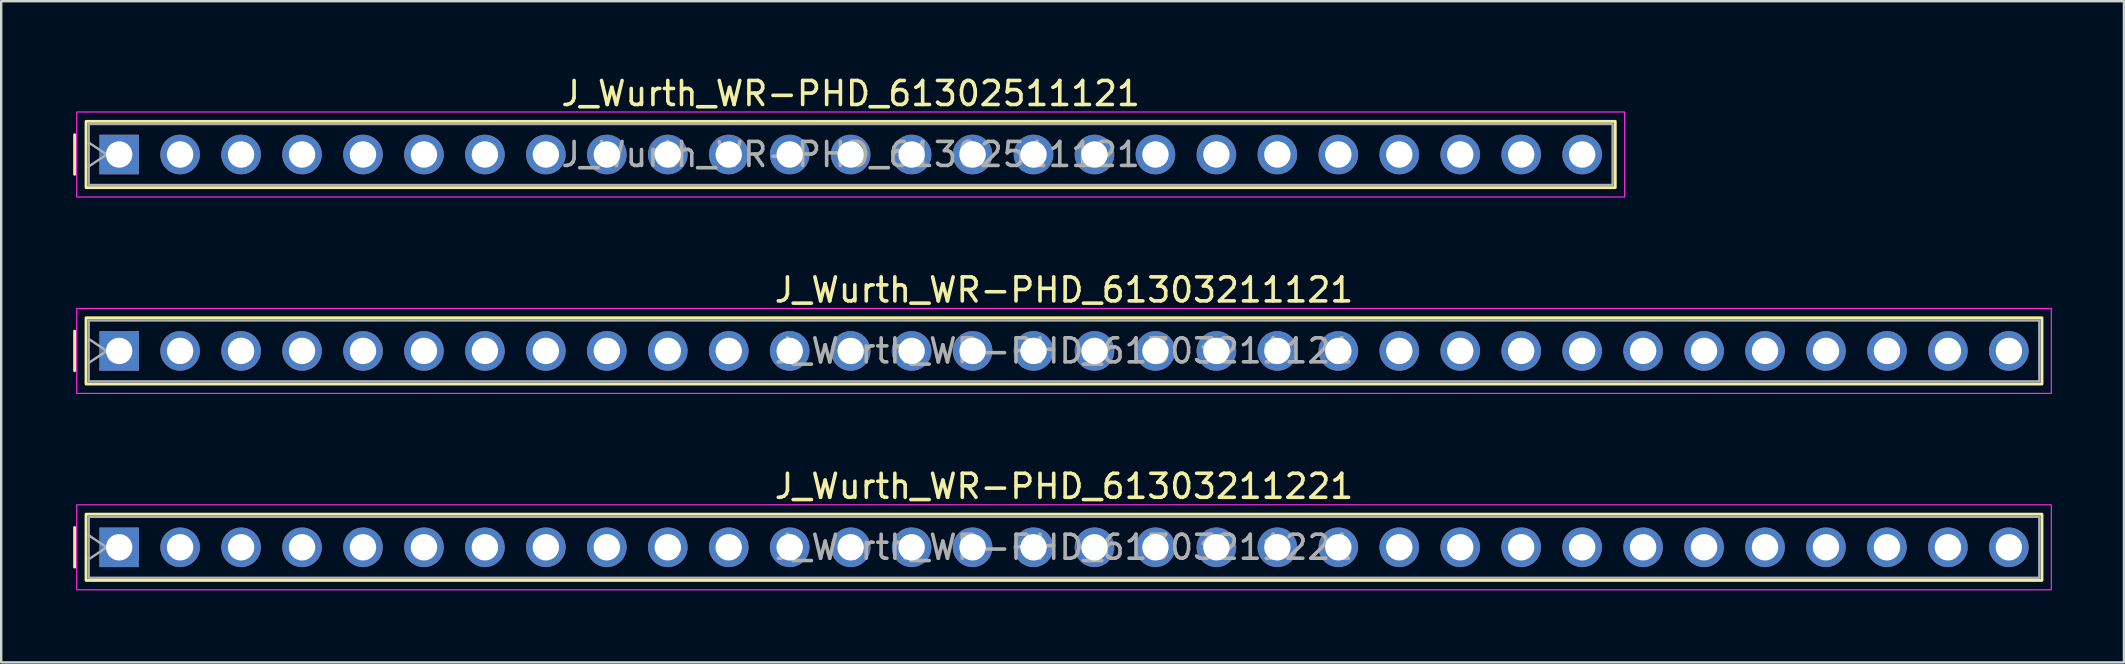
<source format=kicad_pcb>
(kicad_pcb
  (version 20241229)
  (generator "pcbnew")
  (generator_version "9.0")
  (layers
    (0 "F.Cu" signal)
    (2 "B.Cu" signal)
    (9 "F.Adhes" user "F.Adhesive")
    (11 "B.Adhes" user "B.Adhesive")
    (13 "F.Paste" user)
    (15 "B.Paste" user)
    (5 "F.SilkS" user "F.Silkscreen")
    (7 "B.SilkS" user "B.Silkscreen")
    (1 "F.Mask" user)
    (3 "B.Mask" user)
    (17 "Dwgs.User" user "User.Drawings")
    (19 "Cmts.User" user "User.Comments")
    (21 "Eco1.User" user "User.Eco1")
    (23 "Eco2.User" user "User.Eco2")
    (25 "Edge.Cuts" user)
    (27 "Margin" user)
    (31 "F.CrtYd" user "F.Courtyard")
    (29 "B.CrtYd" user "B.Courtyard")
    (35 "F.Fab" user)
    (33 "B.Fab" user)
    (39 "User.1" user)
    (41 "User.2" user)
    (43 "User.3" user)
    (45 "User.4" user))
  (footprint "J_Wurth_WR-PHD_61303211221"
    (layer "F.Cu")
    (at 1.915 19.755)
    (property "Reference" "J_Wurth_WR-PHD_61303211221" (at 39.37 -2.54 0) (unlocked yes) (layer "F.SilkS") (effects (font (size 1 1) (thickness 0.15))))
    (attr through_hole)
    (fp_line (start -1.855 -0.825) (end -1.855 0.825) (stroke (width 0.12) (type solid)) (layer "F.SilkS"))
    (fp_rect (start -1.38 -1.38) (end 80.12 1.38) (stroke (width 0.12) (type solid)) (fill no) (layer "F.SilkS"))
    (fp_rect (start -1.77 -1.77) (end 80.51 1.77) (stroke (width 0.05) (type solid)) (fill no) (layer "F.CrtYd"))
    (fp_line (start -1.27 -0.5) (end -0.52 0) (stroke (width 0.1) (type solid)) (layer "F.Fab"))
    (fp_line (start -0.52 0) (end -1.27 0.5) (stroke (width 0.1) (type solid)) (layer "F.Fab"))
    (fp_rect (start -1.27 -1.27) (end 80.01 1.27) (stroke (width 0.1) (type solid)) (fill no) (layer "F.Fab"))
    (fp_text user "${REFERENCE}" (at 39.37 0 0) (unlocked yes) (layer "F.Fab") (effects (font (size 1 1) (thickness 0.15))))
    (pad "1" thru_hole rect (at 0 0) (size 1.65 1.65) (drill 1.1) (layers "*.Cu" "*.Mask"))
    (pad "2" thru_hole circle (at 2.54 0) (size 1.65 1.65) (drill 1.1) (layers "*.Cu" "*.Mask"))
    (pad "3" thru_hole circle (at 5.08 0) (size 1.65 1.65) (drill 1.1) (layers "*.Cu" "*.Mask"))
    (pad "4" thru_hole circle (at 7.62 0) (size 1.65 1.65) (drill 1.1) (layers "*.Cu" "*.Mask"))
    (pad "5" thru_hole circle (at 10.16 0) (size 1.65 1.65) (drill 1.1) (layers "*.Cu" "*.Mask"))
    (pad "6" thru_hole circle (at 12.7 0) (size 1.65 1.65) (drill 1.1) (layers "*.Cu" "*.Mask"))
    (pad "7" thru_hole circle (at 15.24 0) (size 1.65 1.65) (drill 1.1) (layers "*.Cu" "*.Mask"))
    (pad "8" thru_hole circle (at 17.78 0) (size 1.65 1.65) (drill 1.1) (layers "*.Cu" "*.Mask"))
    (pad "9" thru_hole circle (at 20.32 0) (size 1.65 1.65) (drill 1.1) (layers "*.Cu" "*.Mask"))
    (pad "10" thru_hole circle (at 22.86 0) (size 1.65 1.65) (drill 1.1) (layers "*.Cu" "*.Mask"))
    (pad "11" thru_hole circle (at 25.4 0) (size 1.65 1.65) (drill 1.1) (layers "*.Cu" "*.Mask"))
    (pad "12" thru_hole circle (at 27.94 0) (size 1.65 1.65) (drill 1.1) (layers "*.Cu" "*.Mask"))
    (pad "13" thru_hole circle (at 30.48 0) (size 1.65 1.65) (drill 1.1) (layers "*.Cu" "*.Mask"))
    (pad "14" thru_hole circle (at 33.02 0) (size 1.65 1.65) (drill 1.1) (layers "*.Cu" "*.Mask"))
    (pad "15" thru_hole circle (at 35.56 0) (size 1.65 1.65) (drill 1.1) (layers "*.Cu" "*.Mask"))
    (pad "16" thru_hole circle (at 38.1 0) (size 1.65 1.65) (drill 1.1) (layers "*.Cu" "*.Mask"))
    (pad "17" thru_hole circle (at 40.64 0) (size 1.65 1.65) (drill 1.1) (layers "*.Cu" "*.Mask"))
    (pad "18" thru_hole circle (at 43.18 0) (size 1.65 1.65) (drill 1.1) (layers "*.Cu" "*.Mask"))
    (pad "19" thru_hole circle (at 45.72 0) (size 1.65 1.65) (drill 1.1) (layers "*.Cu" "*.Mask"))
    (pad "20" thru_hole circle (at 48.26 0) (size 1.65 1.65) (drill 1.1) (layers "*.Cu" "*.Mask"))
    (pad "21" thru_hole circle (at 50.8 0) (size 1.65 1.65) (drill 1.1) (layers "*.Cu" "*.Mask"))
    (pad "22" thru_hole circle (at 53.34 0) (size 1.65 1.65) (drill 1.1) (layers "*.Cu" "*.Mask"))
    (pad "23" thru_hole circle (at 55.88 0) (size 1.65 1.65) (drill 1.1) (layers "*.Cu" "*.Mask"))
    (pad "24" thru_hole circle (at 58.42 0) (size 1.65 1.65) (drill 1.1) (layers "*.Cu" "*.Mask"))
    (pad "25" thru_hole circle (at 60.96 0) (size 1.65 1.65) (drill 1.1) (layers "*.Cu" "*.Mask"))
    (pad "26" thru_hole circle (at 63.5 0) (size 1.65 1.65) (drill 1.1) (layers "*.Cu" "*.Mask"))
    (pad "27" thru_hole circle (at 66.04 0) (size 1.65 1.65) (drill 1.1) (layers "*.Cu" "*.Mask"))
    (pad "28" thru_hole circle (at 68.58 0) (size 1.65 1.65) (drill 1.1) (layers "*.Cu" "*.Mask"))
    (pad "29" thru_hole circle (at 71.12 0) (size 1.65 1.65) (drill 1.1) (layers "*.Cu" "*.Mask"))
    (pad "30" thru_hole circle (at 73.66 0) (size 1.65 1.65) (drill 1.1) (layers "*.Cu" "*.Mask"))
    (pad "31" thru_hole circle (at 76.2 0) (size 1.65 1.65) (drill 1.1) (layers "*.Cu" "*.Mask"))
    (pad "32" thru_hole circle (at 78.74 0) (size 1.65 1.65) (drill 1.1) (layers "*.Cu" "*.Mask")))
  (footprint "J_Wurth_WR-PHD_61302511121"
    (layer "F.Cu")
    (at 1.915 3.388)
    (property "Reference" "J_Wurth_WR-PHD_61302511121" (at 30.48 -2.54 0) (unlocked yes) (layer "F.SilkS") (effects (font (size 1 1) (thickness 0.15))))
    (attr through_hole)
    (fp_line (start -1.855 -0.825) (end -1.855 0.825) (stroke (width 0.12) (type solid)) (layer "F.SilkS"))
    (fp_rect (start -1.38 -1.38) (end 62.34 1.38) (stroke (width 0.12) (type solid)) (fill no) (layer "F.SilkS"))
    (fp_rect (start -1.77 -1.77) (end 62.73 1.77) (stroke (width 0.05) (type solid)) (fill no) (layer "F.CrtYd"))
    (fp_line (start -1.27 -0.5) (end -0.52 0) (stroke (width 0.1) (type solid)) (layer "F.Fab"))
    (fp_line (start -0.52 0) (end -1.27 0.5) (stroke (width 0.1) (type solid)) (layer "F.Fab"))
    (fp_rect (start -1.27 -1.27) (end 62.23 1.27) (stroke (width 0.1) (type solid)) (fill no) (layer "F.Fab"))
    (fp_text user "${REFERENCE}" (at 30.48 0 0) (unlocked yes) (layer "F.Fab") (effects (font (size 1 1) (thickness 0.15))))
    (pad "1" thru_hole rect (at 0 0) (size 1.65 1.65) (drill 1.1) (layers "*.Cu" "*.Mask"))
    (pad "2" thru_hole circle (at 2.54 0) (size 1.65 1.65) (drill 1.1) (layers "*.Cu" "*.Mask"))
    (pad "3" thru_hole circle (at 5.08 0) (size 1.65 1.65) (drill 1.1) (layers "*.Cu" "*.Mask"))
    (pad "4" thru_hole circle (at 7.62 0) (size 1.65 1.65) (drill 1.1) (layers "*.Cu" "*.Mask"))
    (pad "5" thru_hole circle (at 10.16 0) (size 1.65 1.65) (drill 1.1) (layers "*.Cu" "*.Mask"))
    (pad "6" thru_hole circle (at 12.7 0) (size 1.65 1.65) (drill 1.1) (layers "*.Cu" "*.Mask"))
    (pad "7" thru_hole circle (at 15.24 0) (size 1.65 1.65) (drill 1.1) (layers "*.Cu" "*.Mask"))
    (pad "8" thru_hole circle (at 17.78 0) (size 1.65 1.65) (drill 1.1) (layers "*.Cu" "*.Mask"))
    (pad "9" thru_hole circle (at 20.32 0) (size 1.65 1.65) (drill 1.1) (layers "*.Cu" "*.Mask"))
    (pad "10" thru_hole circle (at 22.86 0) (size 1.65 1.65) (drill 1.1) (layers "*.Cu" "*.Mask"))
    (pad "11" thru_hole circle (at 25.4 0) (size 1.65 1.65) (drill 1.1) (layers "*.Cu" "*.Mask"))
    (pad "12" thru_hole circle (at 27.94 0) (size 1.65 1.65) (drill 1.1) (layers "*.Cu" "*.Mask"))
    (pad "13" thru_hole circle (at 30.48 0) (size 1.65 1.65) (drill 1.1) (layers "*.Cu" "*.Mask"))
    (pad "14" thru_hole circle (at 33.02 0) (size 1.65 1.65) (drill 1.1) (layers "*.Cu" "*.Mask"))
    (pad "15" thru_hole circle (at 35.56 0) (size 1.65 1.65) (drill 1.1) (layers "*.Cu" "*.Mask"))
    (pad "16" thru_hole circle (at 38.1 0) (size 1.65 1.65) (drill 1.1) (layers "*.Cu" "*.Mask"))
    (pad "17" thru_hole circle (at 40.64 0) (size 1.65 1.65) (drill 1.1) (layers "*.Cu" "*.Mask"))
    (pad "18" thru_hole circle (at 43.18 0) (size 1.65 1.65) (drill 1.1) (layers "*.Cu" "*.Mask"))
    (pad "19" thru_hole circle (at 45.72 0) (size 1.65 1.65) (drill 1.1) (layers "*.Cu" "*.Mask"))
    (pad "20" thru_hole circle (at 48.26 0) (size 1.65 1.65) (drill 1.1) (layers "*.Cu" "*.Mask"))
    (pad "21" thru_hole circle (at 50.8 0) (size 1.65 1.65) (drill 1.1) (layers "*.Cu" "*.Mask"))
    (pad "22" thru_hole circle (at 53.34 0) (size 1.65 1.65) (drill 1.1) (layers "*.Cu" "*.Mask"))
    (pad "23" thru_hole circle (at 55.88 0) (size 1.65 1.65) (drill 1.1) (layers "*.Cu" "*.Mask"))
    (pad "24" thru_hole circle (at 58.42 0) (size 1.65 1.65) (drill 1.1) (layers "*.Cu" "*.Mask"))
    (pad "25" thru_hole circle (at 60.96 0) (size 1.65 1.65) (drill 1.1) (layers "*.Cu" "*.Mask")))
  (footprint "J_Wurth_WR-PHD_61303211121"
    (layer "F.Cu")
    (at 1.915 11.572)
    (property "Reference" "J_Wurth_WR-PHD_61303211121" (at 39.37 -2.54 0) (unlocked yes) (layer "F.SilkS") (effects (font (size 1 1) (thickness 0.15))))
    (attr through_hole)
    (fp_line (start -1.855 -0.825) (end -1.855 0.825) (stroke (width 0.12) (type solid)) (layer "F.SilkS"))
    (fp_rect (start -1.38 -1.38) (end 80.12 1.38) (stroke (width 0.12) (type solid)) (fill no) (layer "F.SilkS"))
    (fp_rect (start -1.77 -1.77) (end 80.51 1.77) (stroke (width 0.05) (type solid)) (fill no) (layer "F.CrtYd"))
    (fp_line (start -1.27 -0.5) (end -0.52 0) (stroke (width 0.1) (type solid)) (layer "F.Fab"))
    (fp_line (start -0.52 0) (end -1.27 0.5) (stroke (width 0.1) (type solid)) (layer "F.Fab"))
    (fp_rect (start -1.27 -1.27) (end 80.01 1.27) (stroke (width 0.1) (type solid)) (fill no) (layer "F.Fab"))
    (fp_text user "${REFERENCE}" (at 39.37 0 0) (unlocked yes) (layer "F.Fab") (effects (font (size 1 1) (thickness 0.15))))
    (pad "1" thru_hole rect (at 0 0) (size 1.65 1.65) (drill 1.1) (layers "*.Cu" "*.Mask"))
    (pad "2" thru_hole circle (at 2.54 0) (size 1.65 1.65) (drill 1.1) (layers "*.Cu" "*.Mask"))
    (pad "3" thru_hole circle (at 5.08 0) (size 1.65 1.65) (drill 1.1) (layers "*.Cu" "*.Mask"))
    (pad "4" thru_hole circle (at 7.62 0) (size 1.65 1.65) (drill 1.1) (layers "*.Cu" "*.Mask"))
    (pad "5" thru_hole circle (at 10.16 0) (size 1.65 1.65) (drill 1.1) (layers "*.Cu" "*.Mask"))
    (pad "6" thru_hole circle (at 12.7 0) (size 1.65 1.65) (drill 1.1) (layers "*.Cu" "*.Mask"))
    (pad "7" thru_hole circle (at 15.24 0) (size 1.65 1.65) (drill 1.1) (layers "*.Cu" "*.Mask"))
    (pad "8" thru_hole circle (at 17.78 0) (size 1.65 1.65) (drill 1.1) (layers "*.Cu" "*.Mask"))
    (pad "9" thru_hole circle (at 20.32 0) (size 1.65 1.65) (drill 1.1) (layers "*.Cu" "*.Mask"))
    (pad "10" thru_hole circle (at 22.86 0) (size 1.65 1.65) (drill 1.1) (layers "*.Cu" "*.Mask"))
    (pad "11" thru_hole circle (at 25.4 0) (size 1.65 1.65) (drill 1.1) (layers "*.Cu" "*.Mask"))
    (pad "12" thru_hole circle (at 27.94 0) (size 1.65 1.65) (drill 1.1) (layers "*.Cu" "*.Mask"))
    (pad "13" thru_hole circle (at 30.48 0) (size 1.65 1.65) (drill 1.1) (layers "*.Cu" "*.Mask"))
    (pad "14" thru_hole circle (at 33.02 0) (size 1.65 1.65) (drill 1.1) (layers "*.Cu" "*.Mask"))
    (pad "15" thru_hole circle (at 35.56 0) (size 1.65 1.65) (drill 1.1) (layers "*.Cu" "*.Mask"))
    (pad "16" thru_hole circle (at 38.1 0) (size 1.65 1.65) (drill 1.1) (layers "*.Cu" "*.Mask"))
    (pad "17" thru_hole circle (at 40.64 0) (size 1.65 1.65) (drill 1.1) (layers "*.Cu" "*.Mask"))
    (pad "18" thru_hole circle (at 43.18 0) (size 1.65 1.65) (drill 1.1) (layers "*.Cu" "*.Mask"))
    (pad "19" thru_hole circle (at 45.72 0) (size 1.65 1.65) (drill 1.1) (layers "*.Cu" "*.Mask"))
    (pad "20" thru_hole circle (at 48.26 0) (size 1.65 1.65) (drill 1.1) (layers "*.Cu" "*.Mask"))
    (pad "21" thru_hole circle (at 50.8 0) (size 1.65 1.65) (drill 1.1) (layers "*.Cu" "*.Mask"))
    (pad "22" thru_hole circle (at 53.34 0) (size 1.65 1.65) (drill 1.1) (layers "*.Cu" "*.Mask"))
    (pad "23" thru_hole circle (at 55.88 0) (size 1.65 1.65) (drill 1.1) (layers "*.Cu" "*.Mask"))
    (pad "24" thru_hole circle (at 58.42 0) (size 1.65 1.65) (drill 1.1) (layers "*.Cu" "*.Mask"))
    (pad "25" thru_hole circle (at 60.96 0) (size 1.65 1.65) (drill 1.1) (layers "*.Cu" "*.Mask"))
    (pad "26" thru_hole circle (at 63.5 0) (size 1.65 1.65) (drill 1.1) (layers "*.Cu" "*.Mask"))
    (pad "27" thru_hole circle (at 66.04 0) (size 1.65 1.65) (drill 1.1) (layers "*.Cu" "*.Mask"))
    (pad "28" thru_hole circle (at 68.58 0) (size 1.65 1.65) (drill 1.1) (layers "*.Cu" "*.Mask"))
    (pad "29" thru_hole circle (at 71.12 0) (size 1.65 1.65) (drill 1.1) (layers "*.Cu" "*.Mask"))
    (pad "30" thru_hole circle (at 73.66 0) (size 1.65 1.65) (drill 1.1) (layers "*.Cu" "*.Mask"))
    (pad "31" thru_hole circle (at 76.2 0) (size 1.65 1.65) (drill 1.1) (layers "*.Cu" "*.Mask"))
    (pad "32" thru_hole circle (at 78.74 0) (size 1.65 1.65) (drill 1.1) (layers "*.Cu" "*.Mask")))
  (gr_rect
    (start -3 -3)
    (end 85.45 24.55)
    (stroke (width 0.1) (type default))
    (fill no)
    (layer "Edge.Cuts")))
</source>
